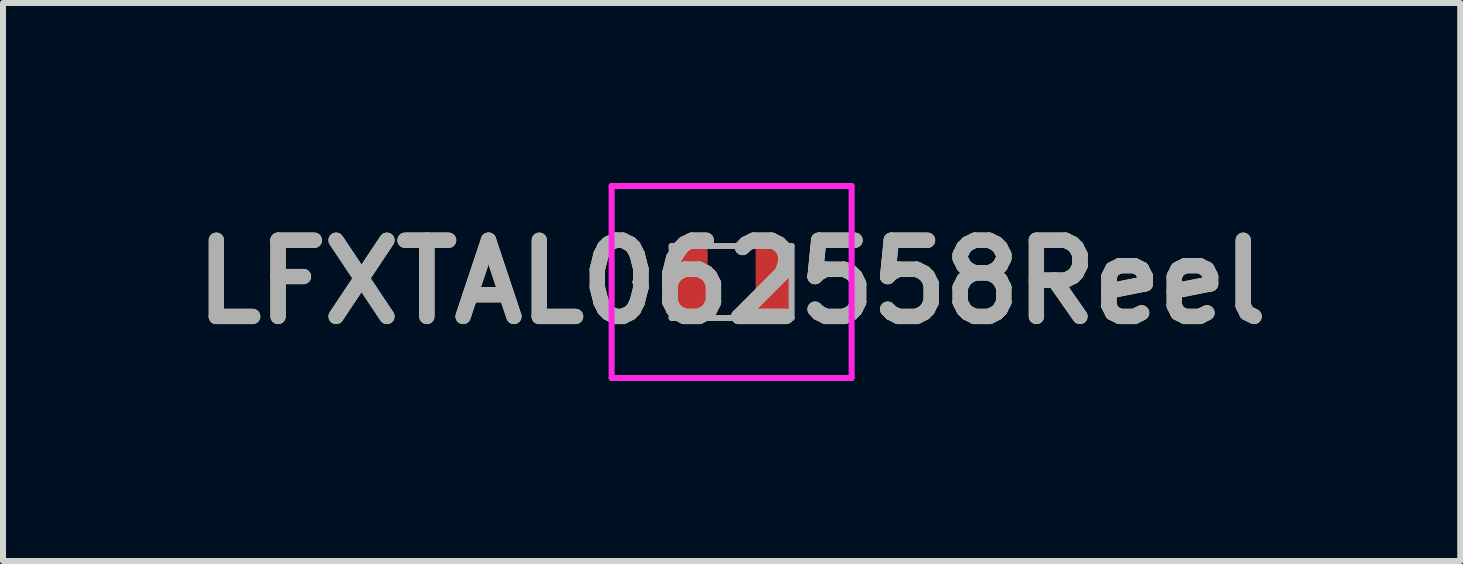
<source format=kicad_pcb>
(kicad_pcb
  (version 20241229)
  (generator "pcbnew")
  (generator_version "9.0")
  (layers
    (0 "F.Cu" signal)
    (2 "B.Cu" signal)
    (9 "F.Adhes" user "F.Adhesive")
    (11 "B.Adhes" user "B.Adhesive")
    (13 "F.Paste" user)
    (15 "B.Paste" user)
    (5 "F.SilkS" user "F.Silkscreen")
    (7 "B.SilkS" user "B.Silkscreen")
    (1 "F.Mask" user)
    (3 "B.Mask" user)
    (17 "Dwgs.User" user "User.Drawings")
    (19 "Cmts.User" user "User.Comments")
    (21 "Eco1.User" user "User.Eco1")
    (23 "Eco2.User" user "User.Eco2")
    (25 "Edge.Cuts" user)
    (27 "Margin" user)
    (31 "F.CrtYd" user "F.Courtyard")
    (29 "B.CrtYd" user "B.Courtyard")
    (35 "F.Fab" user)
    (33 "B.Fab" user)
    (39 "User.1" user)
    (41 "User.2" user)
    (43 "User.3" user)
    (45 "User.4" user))
  (footprint "LFXTAL062558Reel"
    (layer "F.Cu")
    (at 9.144 1.65)
    (property "Reference" "LFXTAL062558Reel" (at 0 0 0) (layer "F.SilkS") (effects (font (size 1.27 1.27) (thickness 0.254))))
    (attr smd)
    (fp_line (start -1.6 0) (end -1.6 0) (stroke (width 0.1) (type solid)) (layer "F.SilkS"))
    (fp_line (start -1.5 0) (end -1.5 0) (stroke (width 0.1) (type solid)) (layer "F.SilkS"))
    (fp_arc (start -1.6 0) (mid -1.55 -0.05) (end -1.5 0) (stroke (width 0.1) (type solid)) (layer "F.SilkS"))
    (fp_arc (start -1.5 0) (mid -1.55 0.05) (end -1.6 0) (stroke (width 0.1) (type solid)) (layer "F.SilkS"))
    (fp_line (start -2 -1.6) (end 2 -1.6) (stroke (width 0.1) (type solid)) (layer "F.CrtYd"))
    (fp_line (start -2 1.6) (end -2 -1.6) (stroke (width 0.1) (type solid)) (layer "F.CrtYd"))
    (fp_line (start 2 -1.6) (end 2 1.6) (stroke (width 0.1) (type solid)) (layer "F.CrtYd"))
    (fp_line (start 2 1.6) (end -2 1.6) (stroke (width 0.1) (type solid)) (layer "F.CrtYd"))
    (fp_line (start -1 -0.6) (end 1 -0.6) (stroke (width 0.1) (type solid)) (layer "F.Fab"))
    (fp_line (start -1 0.6) (end -1 -0.6) (stroke (width 0.1) (type solid)) (layer "F.Fab"))
    (fp_line (start 1 -0.6) (end 1 0.6) (stroke (width 0.1) (type solid)) (layer "F.Fab"))
    (fp_line (start 1 0.6) (end -1 0.6) (stroke (width 0.1) (type solid)) (layer "F.Fab"))
    (fp_text user "${REFERENCE}" (at 0 0 0) (layer "F.Fab") (effects (font (size 1.27 1.27) (thickness 0.254))))
    (pad "1" smd rect (at -0.7 0) (size 0.6 1.1) (layers "F.Cu" "F.Mask" "F.Paste"))
    (pad "2" smd rect (at 0.7 0) (size 0.6 1.1) (layers "F.Cu" "F.Mask" "F.Paste")))
  (gr_rect
    (start -3 -3)
    (end 21.288 6.3)
    (stroke (width 0.1) (type default))
    (fill no)
    (layer "Edge.Cuts")))
</source>
